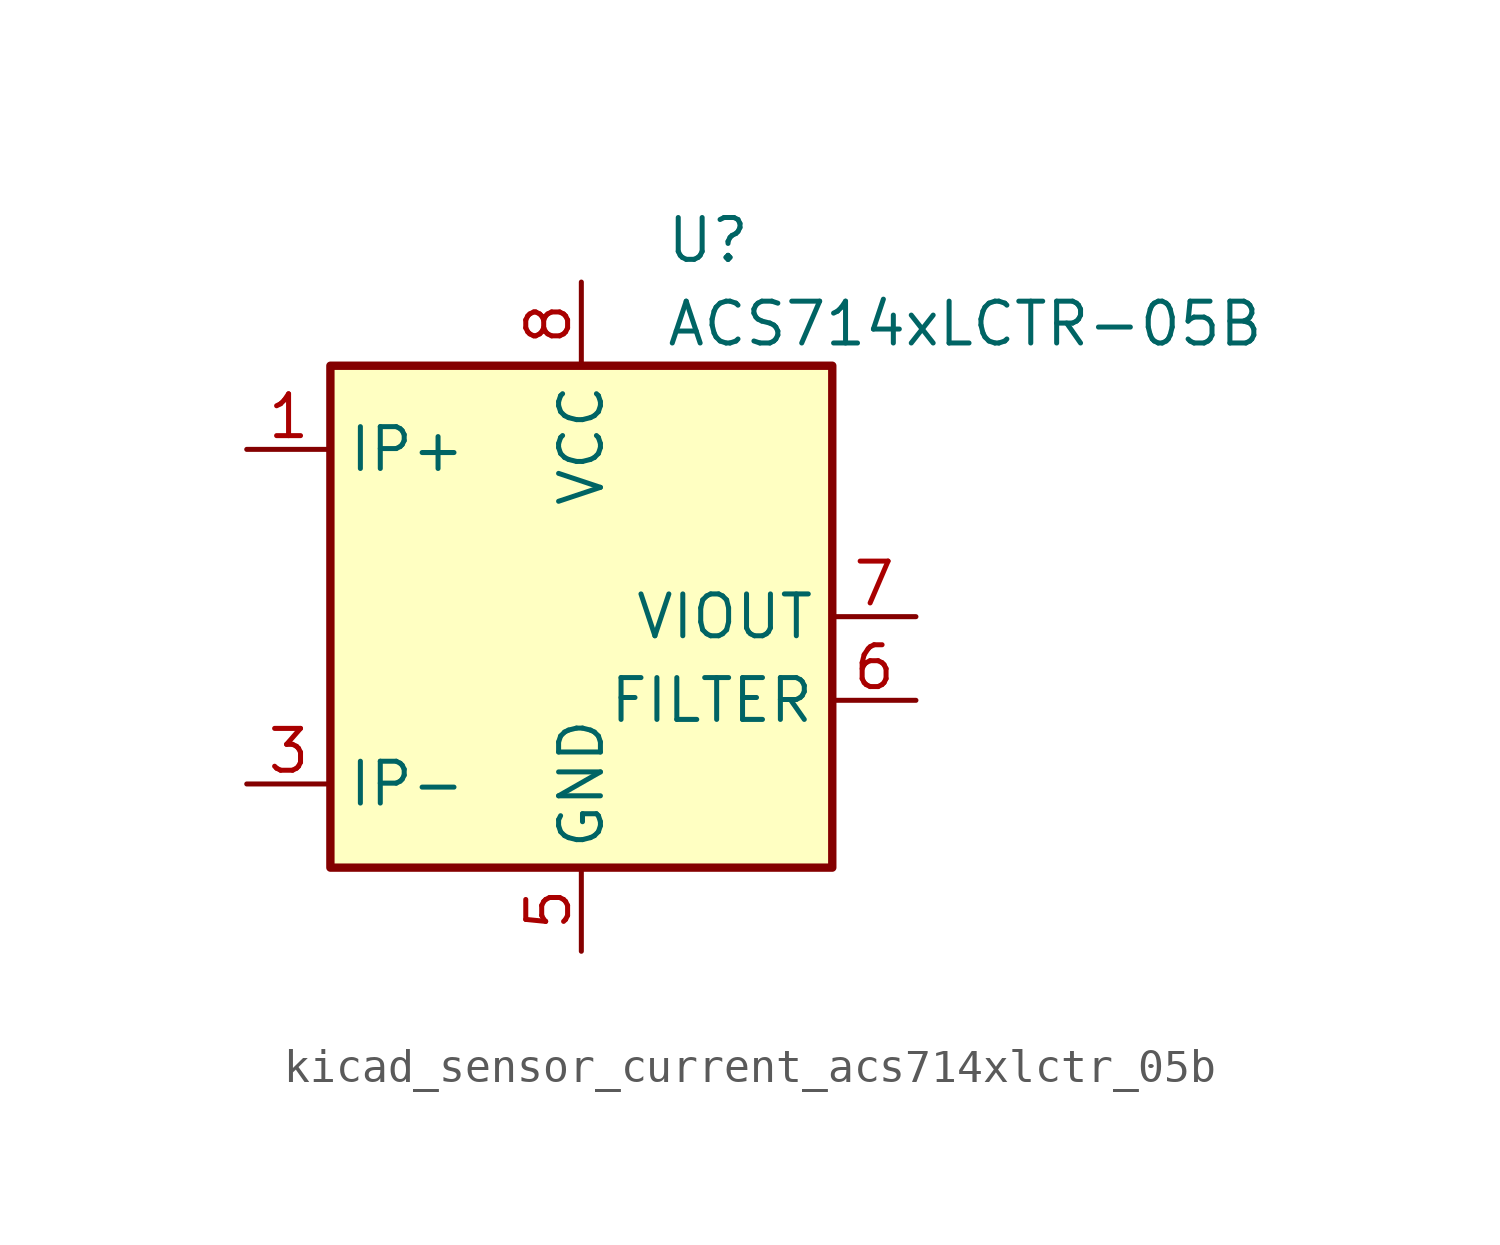
<source format=kicad_sym>
(kicad_symbol_lib
  (version 20220914)
  (generator kicad_symbol_editor)
  (symbol "kicad_sensor_current_acs714xlctr_05b"
    (property "Reference" "U"
      (at 2.54 11.43 0)
      (effects (font (size 1.27 1.27)) (justify left)))
    (property "Value" "ACS714xLCTR-05B"
      (at 2.54 8.89 0)
      (effects (font (size 1.27 1.27)) (justify left)))
    (symbol "kicad_sensor_current_acs714xlctr_05b_0_1"
      (rectangle (start -7.62 7.62) (end 7.62 -7.62) (stroke (width 0.254) (type default)) (fill (type background))))
    (symbol "kicad_sensor_current_acs714xlctr_05b_1_1"
      (pin passive line (at -10.16 5.08 0) (length 2.54) (name "IP+" (effects (font (size 1.27 1.27)))) (number "1" (effects (font (size 1.27 1.27)))))
      (pin passive line (at -10.16 5.08 0) (length 2.54) hide (name "IP+" (effects (font (size 1.27 1.27)))) (number "2" (effects (font (size 1.27 1.27)))))
      (pin passive line (at -10.16 -5.08 0) (length 2.54) (name "IP-" (effects (font (size 1.27 1.27)))) (number "3" (effects (font (size 1.27 1.27)))))
      (pin passive line (at -10.16 -5.08 0) (length 2.54) hide (name "IP-" (effects (font (size 1.27 1.27)))) (number "4" (effects (font (size 1.27 1.27)))))
      (pin power_in line (at 0 -10.16 90) (length 2.54) (name "GND" (effects (font (size 1.27 1.27)))) (number "5" (effects (font (size 1.27 1.27)))))
      (pin passive line (at 10.16 -2.54 180) (length 2.54) (name "FILTER" (effects (font (size 1.27 1.27)))) (number "6" (effects (font (size 1.27 1.27)))))
      (pin output line (at 10.16 0 180) (length 2.54) (name "VIOUT" (effects (font (size 1.27 1.27)))) (number "7" (effects (font (size 1.27 1.27)))))
      (pin power_in line (at 0 10.16 270) (length 2.54) (name "VCC" (effects (font (size 1.27 1.27)))) (number "8" (effects (font (size 1.27 1.27))))))))
</source>
